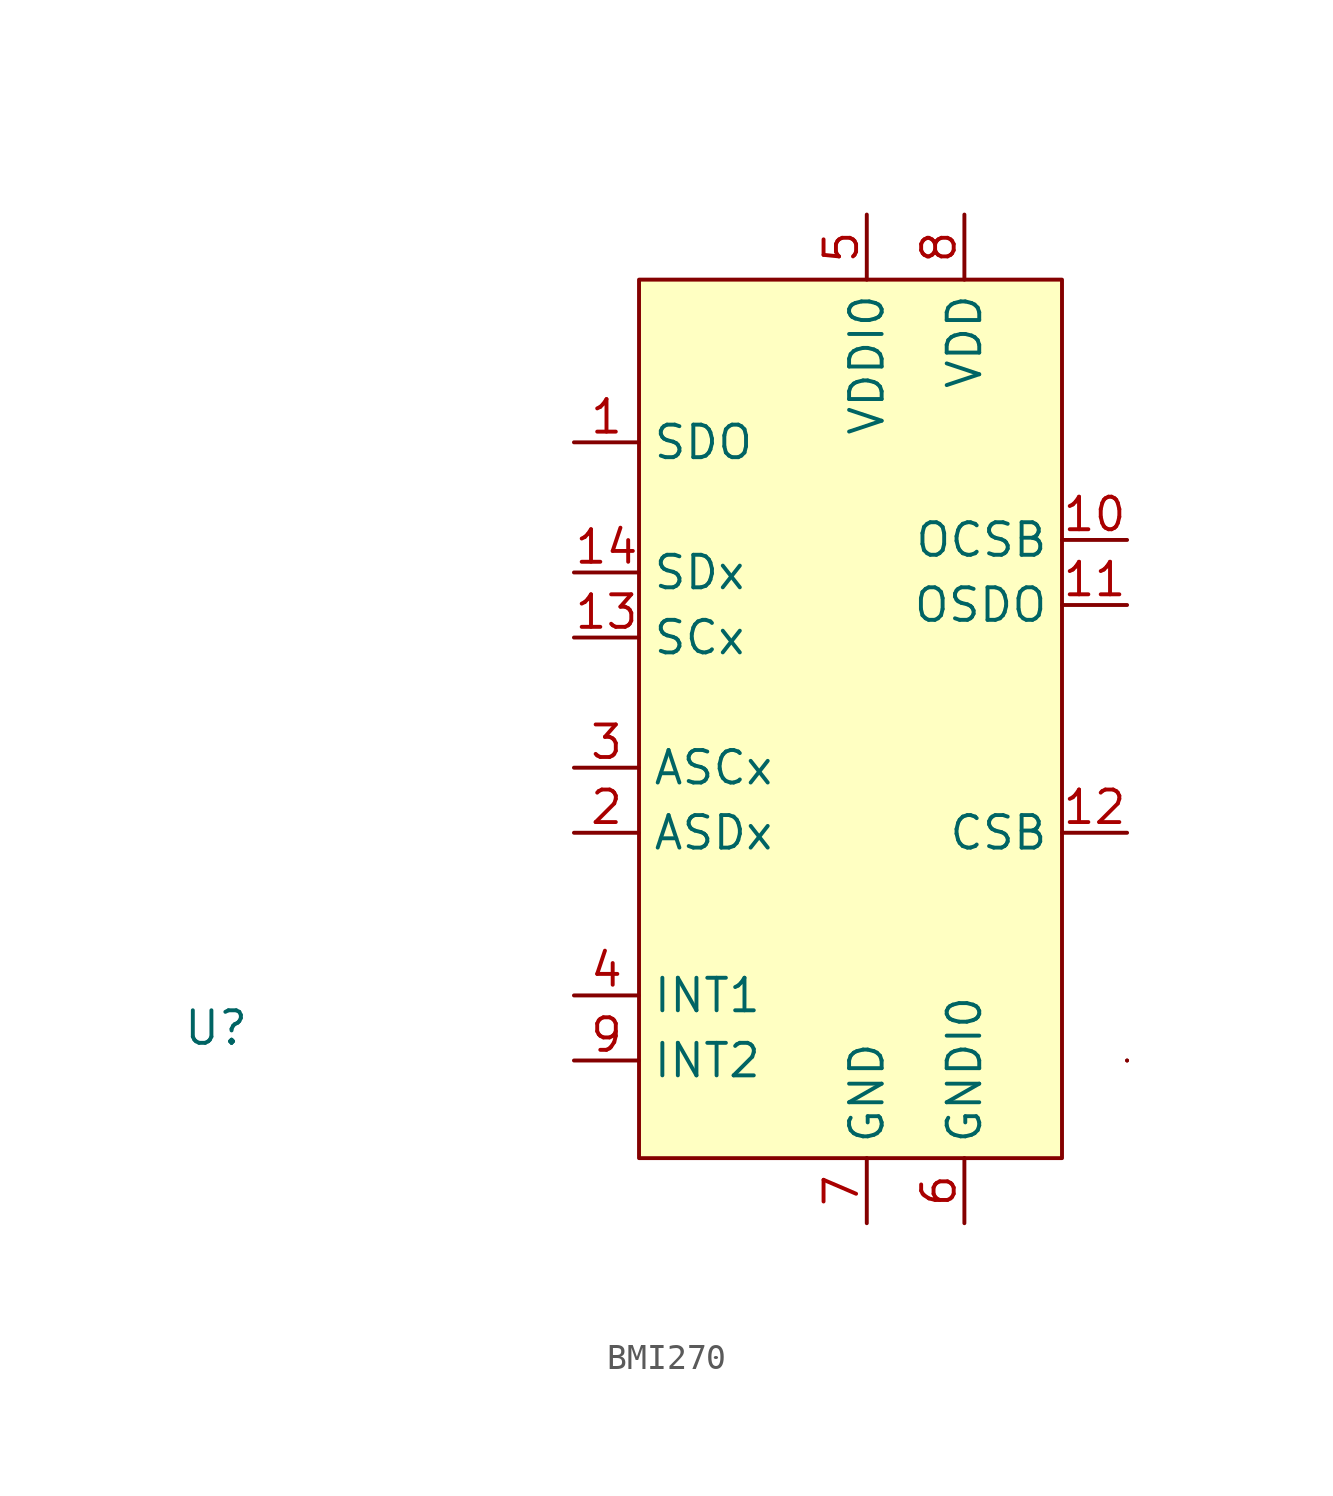
<source format=kicad_sym>
(kicad_symbol_lib
  (version 20220914)
  (generator kicad_symbol_editor)
  (symbol "BMI270"
    (property "Reference" "U"
      (at 0 -2.54 0)
      (effects (font (size 1.27 1.27))))
    (property "Value" ""
      (at 0 0 0)
      (effects (font (size 1.27 1.27))))
    (symbol "BMI270_0_1"
      (rectangle (start 35.56 -3.81) (end 35.56 -3.81) (stroke (width 0) (type default)) (fill (type none)))
      (rectangle (start 35.56 -3.81) (end 35.56 -3.81) (stroke (width 0) (type default)) (fill (type none))))
    (symbol "BMI270_1_1"
      (rectangle (start 16.51 26.67) (end 33.02 -7.62) (stroke (width 0) (type default)) (fill (type background)))
      (pin bidirectional line (at 13.97 20.32 0) (length 2.54) (name "SDO" (effects (font (size 1.27 1.27)))) (number "1" (effects (font (size 1.27 1.27)))))
      (pin input line (at 35.56 16.51 180) (length 2.54) (name "OCSB" (effects (font (size 1.27 1.27)))) (number "10" (effects (font (size 1.27 1.27)))))
      (pin output line (at 35.56 13.97 180) (length 2.54) (name "OSDO" (effects (font (size 1.27 1.27)))) (number "11" (effects (font (size 1.27 1.27)))))
      (pin output line (at 35.56 5.08 180) (length 2.54) (name "CSB" (effects (font (size 1.27 1.27)))) (number "12" (effects (font (size 1.27 1.27)))))
      (pin input line (at 13.97 12.7 0) (length 2.54) (name "SCx" (effects (font (size 1.27 1.27)))) (number "13" (effects (font (size 1.27 1.27)))))
      (pin bidirectional line (at 13.97 15.24 0) (length 2.54) (name "SDx" (effects (font (size 1.27 1.27)))) (number "14" (effects (font (size 1.27 1.27)))))
      (pin bidirectional line (at 13.97 5.08 0) (length 2.54) (name "ASDx" (effects (font (size 1.27 1.27)))) (number "2" (effects (font (size 1.27 1.27)))))
      (pin bidirectional line (at 13.97 7.62 0) (length 2.54) (name "ASCx" (effects (font (size 1.27 1.27)))) (number "3" (effects (font (size 1.27 1.27)))))
      (pin bidirectional line (at 13.97 -1.27 0) (length 2.54) (name "INT1" (effects (font (size 1.27 1.27)))) (number "4" (effects (font (size 1.27 1.27)))))
      (pin power_in line (at 25.4 29.21 270) (length 2.54) (name "VDDI0" (effects (font (size 1.27 1.27)))) (number "5" (effects (font (size 1.27 1.27)))))
      (pin power_in line (at 29.21 -10.16 90) (length 2.54) (name "GNDI0" (effects (font (size 1.27 1.27)))) (number "6" (effects (font (size 1.27 1.27)))))
      (pin power_in line (at 25.4 -10.16 90) (length 2.54) (name "GND" (effects (font (size 1.27 1.27)))) (number "7" (effects (font (size 1.27 1.27)))))
      (pin power_in line (at 29.21 29.21 270) (length 2.54) (name "VDD" (effects (font (size 1.27 1.27)))) (number "8" (effects (font (size 1.27 1.27)))))
      (pin bidirectional line (at 13.97 -3.81 0) (length 2.54) (name "INT2" (effects (font (size 1.27 1.27)))) (number "9" (effects (font (size 1.27 1.27))))))))
</source>
